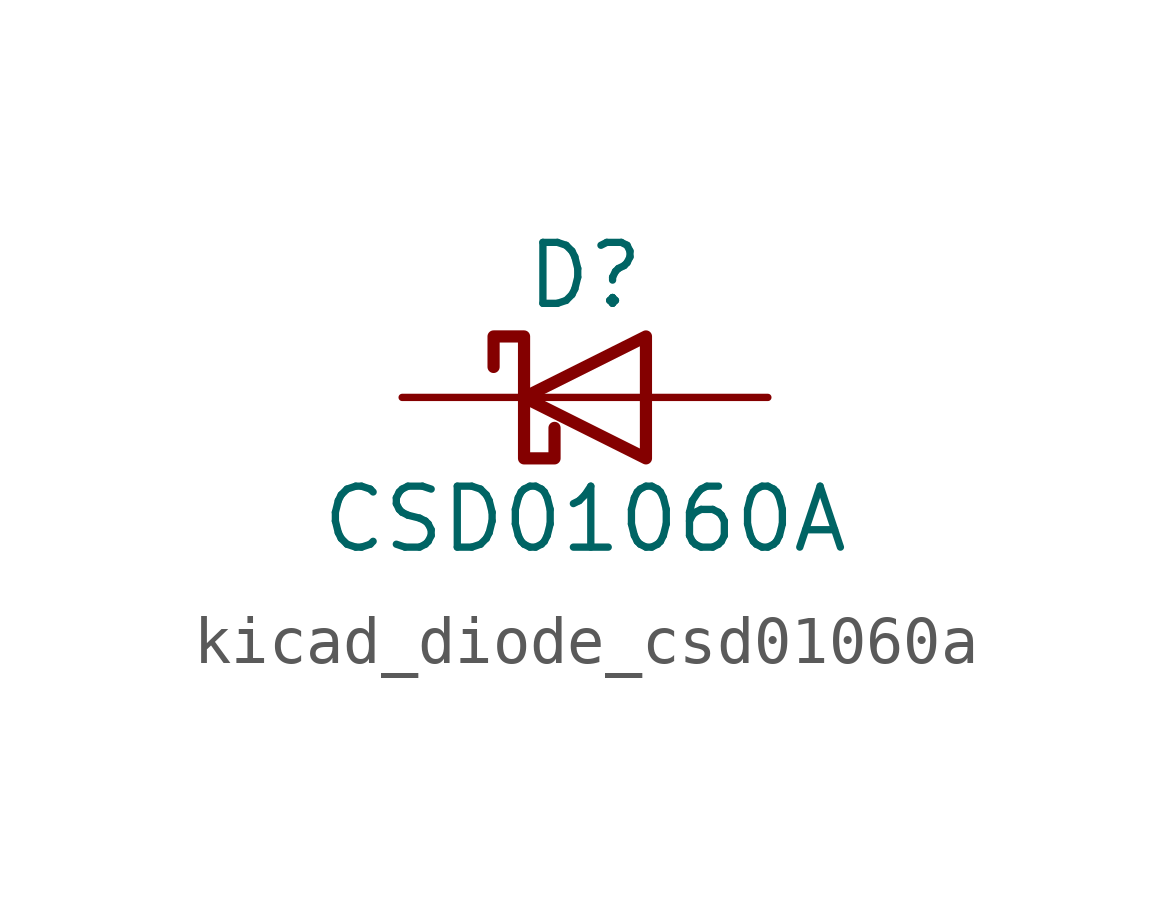
<source format=kicad_sym>
(kicad_symbol_lib
  (version 20220914)
  (generator kicad_symbol_editor)
  (symbol "kicad_diode_csd01060a"
    (pin_numbers hide)
    (pin_names
      (offset 1.016) hide)
    (property "Reference" "D"
      (at 0 2.54 0)
      (effects (font (size 1.27 1.27))))
    (property "Value" "CSD01060A"
      (at 0 -2.54 0)
      (effects (font (size 1.27 1.27))))
    (symbol "kicad_diode_csd01060a_0_1"
      (polyline (pts (xy 1.27 0) (xy -1.27 0)) (stroke (width 0) (type default)) (fill (type none)))
      (polyline (pts (xy 1.27 1.27) (xy 1.27 -1.27) (xy -1.27 0) (xy 1.27 1.27)) (stroke (width 0.254) (type default)) (fill (type none)))
      (polyline (pts (xy -1.905 0.635) (xy -1.905 1.27) (xy -1.27 1.27) (xy -1.27 -1.27) (xy -0.635 -1.27) (xy -0.635 -0.635)) (stroke (width 0.254) (type default)) (fill (type none))))
    (symbol "kicad_diode_csd01060a_1_1"
      (pin passive line (at -3.81 0 0) (length 2.54) (name "K" (effects (font (size 1.27 1.27)))) (number "1" (effects (font (size 1.27 1.27)))))
      (pin passive line (at 3.81 0 180) (length 2.54) (name "A" (effects (font (size 1.27 1.27)))) (number "2" (effects (font (size 1.27 1.27))))))))
</source>
